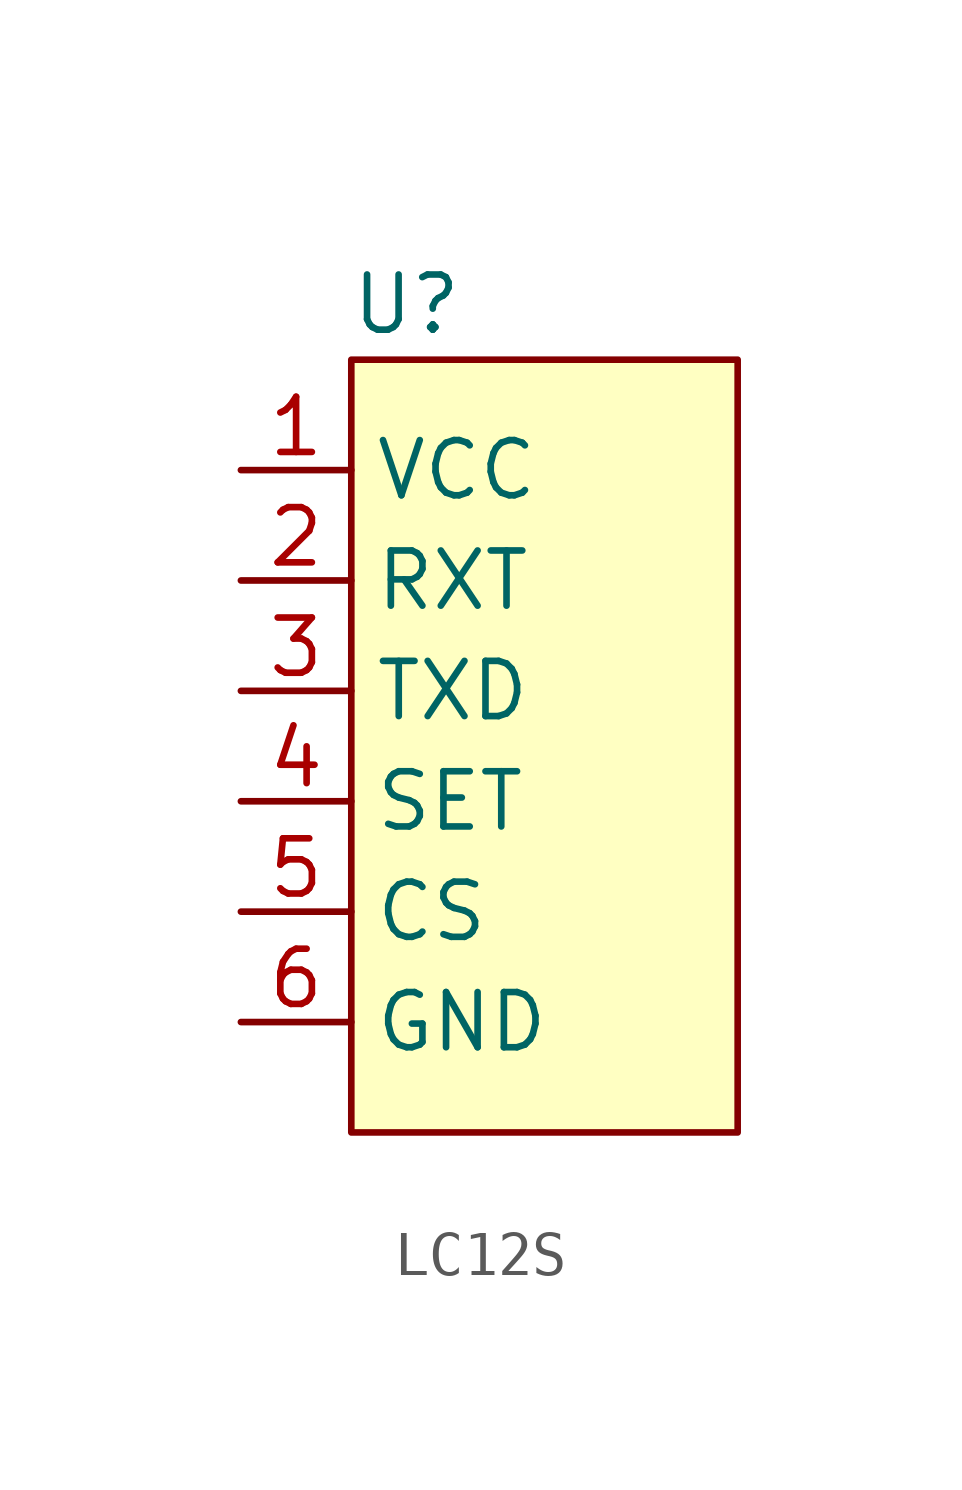
<source format=kicad_sym>
(kicad_symbol_lib
  (version 20220914)
  (generator kicad_symbol_editor)
  (symbol "LC12S"
    (property "Reference" "U"
      (at 3.81 1.27 0)
      (effects (font (size 1.27 1.27))))
    (property "Value" ""
      (at 0 0 0)
      (effects (font (size 1.27 1.27))))
    (symbol "LC12S_1_1"
      (rectangle (start 2.54 0) (end 11.43 -17.78) (stroke (width 0) (type default)) (fill (type background)))
      (pin input line (at 0 -2.54 0) (length 2.54) (name "VCC" (effects (font (size 1.27 1.27)))) (number "1" (effects (font (size 1.27 1.27)))))
      (pin input line (at 0 -5.08 0) (length 2.54) (name "RXT" (effects (font (size 1.27 1.27)))) (number "2" (effects (font (size 1.27 1.27)))))
      (pin input line (at 0 -7.62 0) (length 2.54) (name "TXD" (effects (font (size 1.27 1.27)))) (number "3" (effects (font (size 1.27 1.27)))))
      (pin input line (at 0 -10.16 0) (length 2.54) (name "SET" (effects (font (size 1.27 1.27)))) (number "4" (effects (font (size 1.27 1.27)))))
      (pin input line (at 0 -12.7 0) (length 2.54) (name "CS" (effects (font (size 1.27 1.27)))) (number "5" (effects (font (size 1.27 1.27)))))
      (pin input line (at 0 -15.24 0) (length 2.54) (name "GND" (effects (font (size 1.27 1.27)))) (number "6" (effects (font (size 1.27 1.27))))))))
</source>
